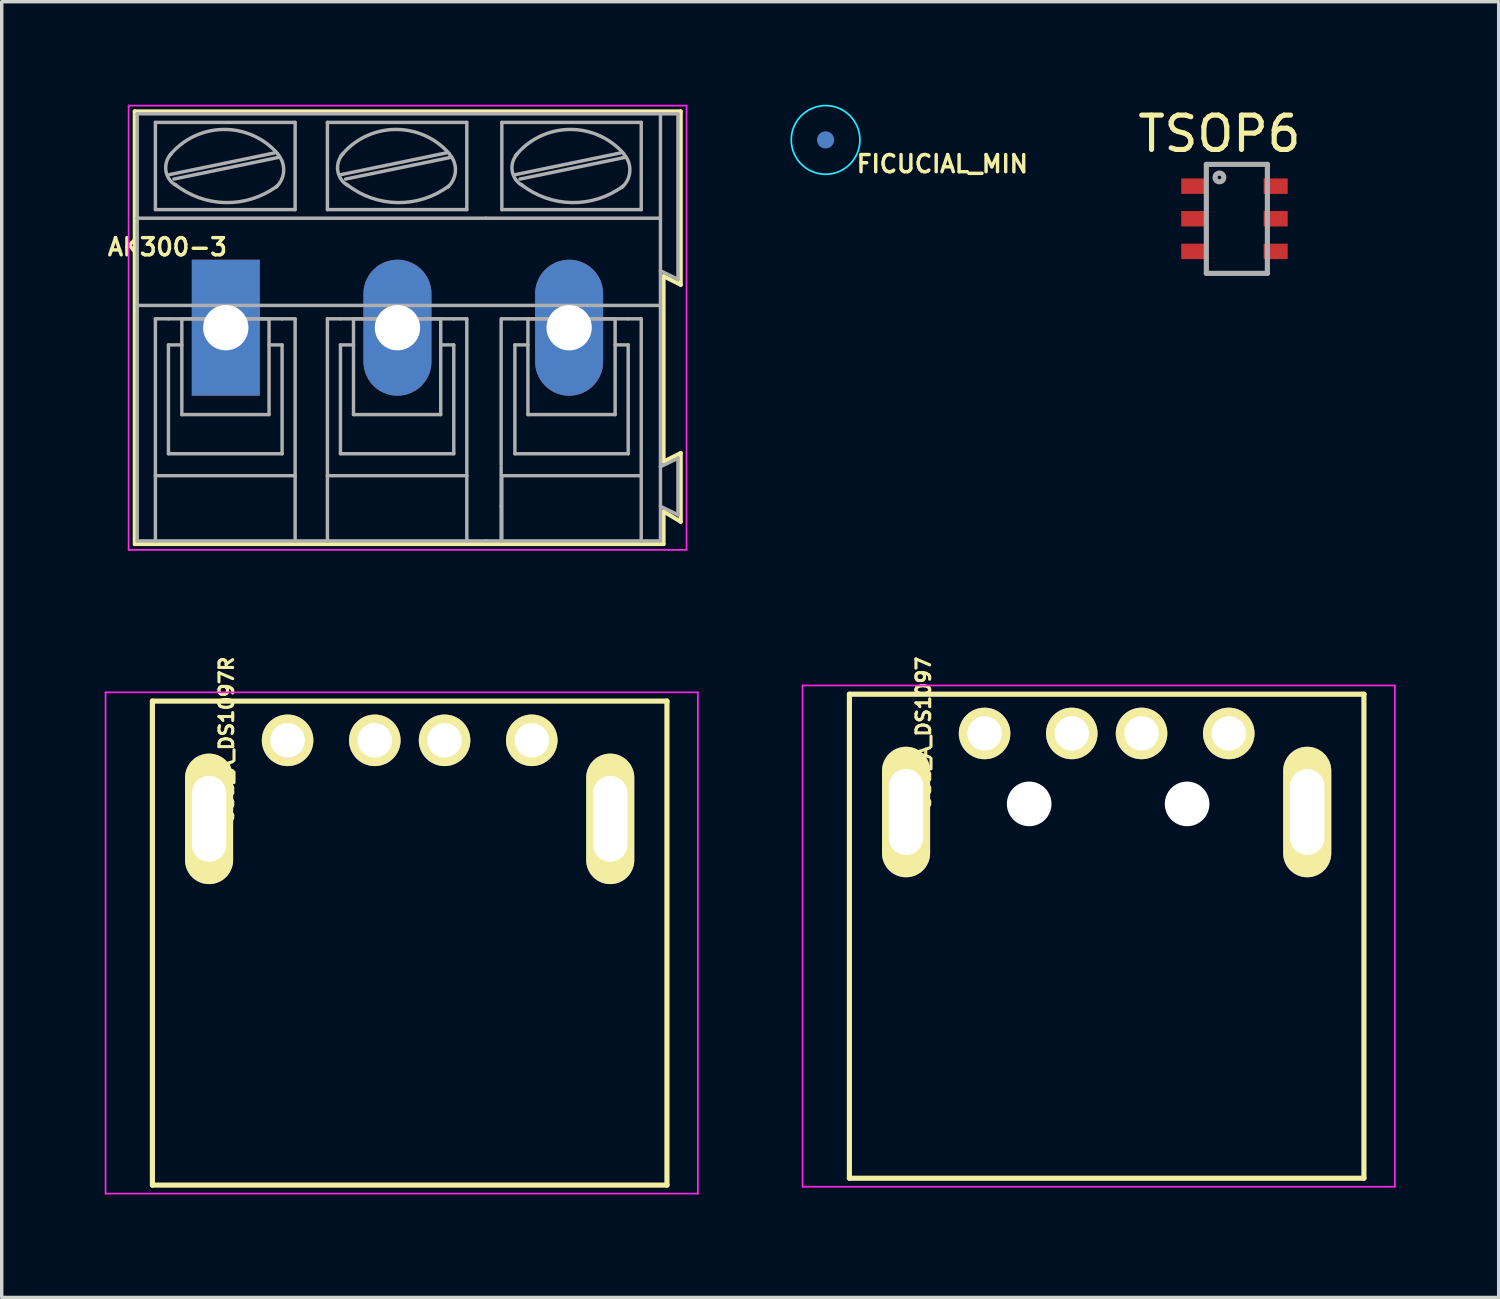
<source format=kicad_pcb>
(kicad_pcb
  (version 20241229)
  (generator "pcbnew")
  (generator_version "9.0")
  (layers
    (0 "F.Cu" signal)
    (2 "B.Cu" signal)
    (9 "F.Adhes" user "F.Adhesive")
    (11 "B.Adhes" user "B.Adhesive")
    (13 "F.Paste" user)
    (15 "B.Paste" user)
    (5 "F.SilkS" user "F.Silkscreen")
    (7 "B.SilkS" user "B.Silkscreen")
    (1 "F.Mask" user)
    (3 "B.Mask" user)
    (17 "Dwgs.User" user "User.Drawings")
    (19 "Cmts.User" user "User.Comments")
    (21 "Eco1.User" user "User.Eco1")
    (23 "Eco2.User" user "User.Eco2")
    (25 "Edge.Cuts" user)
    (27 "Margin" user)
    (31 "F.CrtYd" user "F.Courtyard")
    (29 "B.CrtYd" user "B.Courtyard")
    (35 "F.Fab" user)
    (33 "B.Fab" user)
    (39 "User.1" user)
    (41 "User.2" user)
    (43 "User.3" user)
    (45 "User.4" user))
  (footprint "TSOP6"
    (layer "F.Cu")
    (at 31.704 2.372)
    (property "Reference" "TSOP6" (at 0.762 -1.524 0) (layer "F.SilkS") (effects (font (size 1 1) (thickness 0.15))))
    (attr through_hole)
    (fp_line (start 0.381 -0.635) (end 0.381 2.54) (stroke (width 0.15) (type solid)) (layer "F.Fab"))
    (fp_line (start 0.381 2.54) (end 2.159 2.54) (stroke (width 0.15) (type solid)) (layer "F.Fab"))
    (fp_line (start 2.159 -0.635) (end 0.381 -0.635) (stroke (width 0.15) (type solid)) (layer "F.Fab"))
    (fp_line (start 2.159 2.54) (end 2.159 -0.635) (stroke (width 0.15) (type solid)) (layer "F.Fab"))
    (fp_circle (center 0.762 -0.254) (end 0.889 -0.254) (stroke (width 0.15) (type solid)) (fill no) (layer "F.Fab"))
    (pad "1" smd rect (at 0 0) (size 0.7 0.45) (layers "F.Cu" "F.Mask" "F.Paste"))
    (pad "2" smd rect (at 0 0.95) (size 0.7 0.45) (layers "F.Cu" "F.Mask" "F.Paste"))
    (pad "3" smd rect (at 0 1.9) (size 0.7 0.45) (layers "F.Cu" "F.Mask" "F.Paste"))
    (pad "4" smd rect (at 2.4 1.9) (size 0.7 0.45) (layers "F.Cu" "F.Mask" "F.Paste"))
    (pad "5" smd rect (at 2.4 0.95) (size 0.7 0.45) (layers "F.Cu" "F.Mask" "F.Paste"))
    (pad "6" smd rect (at 2.4 0) (size 0.7 0.45) (layers "F.Cu" "F.Mask" "F.Paste")))
  (footprint "FICUCIAL_MIN"
    (layer "F.Cu")
    (at 20.996 1.025)
    (property "Reference" "FICUCIAL_MIN" (at 3.4 0.7 0) (layer "F.SilkS") (effects (font (size 0.5 0.5) (thickness 0.1))))
    (attr exclude_from_pos_files exclude_from_bom)
    (fp_circle (center 0 0) (end 1 0) (stroke (width 0.05) (type solid)) (fill no) (layer "B.CrtYd"))
    (pad "~" smd circle (at 0 0) (size 0.5 0.5) (layers "B.Cu" "B.Mask")))
  (footprint "AK300-3"
    (layer "F.Cu")
    (at 3.526 6.495)
    (property "Reference" "AK300-3" (at -1.7 -2.35 0) (layer "F.SilkS") (effects (font (size 0.5 0.5) (thickness 0.1))))
    (attr through_hole)
    (fp_line (start -2.65 -6.3) (end -2.65 6.3) (stroke (width 0.12) (type solid)) (layer "F.SilkS"))
    (fp_line (start -2.65 6.3) (end 12.75 6.3) (stroke (width 0.12) (type solid)) (layer "F.SilkS"))
    (fp_line (start 12.75 -1.5) (end 13.25 -1.25) (stroke (width 0.12) (type solid)) (layer "F.SilkS"))
    (fp_line (start 12.75 3.9) (end 12.75 -1.5) (stroke (width 0.12) (type solid)) (layer "F.SilkS"))
    (fp_line (start 12.75 5.35) (end 13.25 5.65) (stroke (width 0.12) (type solid)) (layer "F.SilkS"))
    (fp_line (start 12.75 6.3) (end 12.75 5.35) (stroke (width 0.12) (type solid)) (layer "F.SilkS"))
    (fp_line (start 13.25 -6.3) (end -2.65 -6.3) (stroke (width 0.12) (type solid)) (layer "F.SilkS"))
    (fp_line (start 13.25 -1.25) (end 13.25 -6.3) (stroke (width 0.12) (type solid)) (layer "F.SilkS"))
    (fp_line (start 13.25 3.65) (end 12.75 3.9) (stroke (width 0.12) (type solid)) (layer "F.SilkS"))
    (fp_line (start 13.25 5.65) (end 13.25 3.65) (stroke (width 0.12) (type solid)) (layer "F.SilkS"))
    (fp_line (start -2.83 -6.47) (end -2.83 6.47) (stroke (width 0.05) (type solid)) (layer "F.CrtYd"))
    (fp_line (start -2.83 6.47) (end 13.42 6.47) (stroke (width 0.05) (type solid)) (layer "F.CrtYd"))
    (fp_line (start 13.42 -6.47) (end -2.83 -6.47) (stroke (width 0.05) (type solid)) (layer "F.CrtYd"))
    (fp_line (start 13.42 6.47) (end 13.42 -6.47) (stroke (width 0.05) (type solid)) (layer "F.CrtYd"))
    (fp_line (start -2.58 -6.23) (end 12.66 -6.23) (stroke (width 0.1) (type solid)) (layer "F.Fab"))
    (fp_line (start -2.58 -3.19) (end -2.58 -6.23) (stroke (width 0.1) (type solid)) (layer "F.Fab"))
    (fp_line (start -2.58 -3.19) (end 7.58 -3.19) (stroke (width 0.1) (type solid)) (layer "F.Fab"))
    (fp_line (start -2.58 -0.65) (end -2.58 -3.19) (stroke (width 0.1) (type solid)) (layer "F.Fab"))
    (fp_line (start -2.58 6.21) (end -2.58 -0.65) (stroke (width 0.1) (type solid)) (layer "F.Fab"))
    (fp_line (start -2.58 6.21) (end -2.05 6.21) (stroke (width 0.1) (type solid)) (layer "F.Fab"))
    (fp_line (start -2.05 -3.44) (end -2.05 -5.98) (stroke (width 0.1) (type solid)) (layer "F.Fab"))
    (fp_line (start -2.05 -0.26) (end -2.05 4.31) (stroke (width 0.1) (type solid)) (layer "F.Fab"))
    (fp_line (start -2.05 -0.26) (end -1.67 -0.26) (stroke (width 0.1) (type solid)) (layer "F.Fab"))
    (fp_line (start -2.05 4.31) (end -2.05 6.21) (stroke (width 0.1) (type solid)) (layer "F.Fab"))
    (fp_line (start -2.05 6.21) (end 2.02 6.21) (stroke (width 0.1) (type solid)) (layer "F.Fab"))
    (fp_line (start -1.67 0.5) (end -1.28 0.5) (stroke (width 0.1) (type solid)) (layer "F.Fab"))
    (fp_line (start -1.67 3.67) (end -1.67 0.5) (stroke (width 0.1) (type solid)) (layer "F.Fab"))
    (fp_line (start -1.64 -4.46) (end 1.41 -5.09) (stroke (width 0.1) (type solid)) (layer "F.Fab"))
    (fp_line (start -1.51 -4.33) (end 1.53 -4.96) (stroke (width 0.1) (type solid)) (layer "F.Fab"))
    (fp_line (start -1.28 -0.26) (end 1.26 -0.26) (stroke (width 0.1) (type solid)) (layer "F.Fab"))
    (fp_line (start -1.28 2.53) (end -1.28 -0.26) (stroke (width 0.1) (type solid)) (layer "F.Fab"))
    (fp_line (start -1.28 2.53) (end 1.26 2.53) (stroke (width 0.1) (type solid)) (layer "F.Fab"))
    (fp_line (start 1.26 2.53) (end 1.26 -0.26) (stroke (width 0.1) (type solid)) (layer "F.Fab"))
    (fp_line (start 1.64 -0.26) (end -1.67 -0.26) (stroke (width 0.1) (type solid)) (layer "F.Fab"))
    (fp_line (start 1.64 0.5) (end 1.26 0.5) (stroke (width 0.1) (type solid)) (layer "F.Fab"))
    (fp_line (start 1.64 3.67) (end -1.67 3.67) (stroke (width 0.1) (type solid)) (layer "F.Fab"))
    (fp_line (start 1.64 3.67) (end 1.64 0.5) (stroke (width 0.1) (type solid)) (layer "F.Fab"))
    (fp_line (start 2.02 -5.98) (end -2.05 -5.98) (stroke (width 0.1) (type solid)) (layer "F.Fab"))
    (fp_line (start 2.02 -3.44) (end -2.05 -3.44) (stroke (width 0.1) (type solid)) (layer "F.Fab"))
    (fp_line (start 2.02 -3.44) (end 2.02 -5.98) (stroke (width 0.1) (type solid)) (layer "F.Fab"))
    (fp_line (start 2.02 -0.26) (end 1.64 -0.26) (stroke (width 0.1) (type solid)) (layer "F.Fab"))
    (fp_line (start 2.02 4.31) (end -2.05 4.31) (stroke (width 0.1) (type solid)) (layer "F.Fab"))
    (fp_line (start 2.02 4.31) (end 2.02 -0.26) (stroke (width 0.1) (type solid)) (layer "F.Fab"))
    (fp_line (start 2.02 6.21) (end 2.02 4.31) (stroke (width 0.1) (type solid)) (layer "F.Fab"))
    (fp_line (start 2.02 6.21) (end 2.96 6.21) (stroke (width 0.1) (type solid)) (layer "F.Fab"))
    (fp_line (start 2.96 -5.98) (end 7.02 -5.98) (stroke (width 0.1) (type solid)) (layer "F.Fab"))
    (fp_line (start 2.96 -3.44) (end 2.96 -5.98) (stroke (width 0.1) (type solid)) (layer "F.Fab"))
    (fp_line (start 2.96 -0.26) (end 3.34 -0.26) (stroke (width 0.1) (type solid)) (layer "F.Fab"))
    (fp_line (start 2.96 4.31) (end 2.96 -0.26) (stroke (width 0.1) (type solid)) (layer "F.Fab"))
    (fp_line (start 2.96 4.31) (end 7.02 4.31) (stroke (width 0.1) (type solid)) (layer "F.Fab"))
    (fp_line (start 2.96 6.21) (end 2.96 4.31) (stroke (width 0.1) (type solid)) (layer "F.Fab"))
    (fp_line (start 2.96 6.21) (end 7.02 6.21) (stroke (width 0.1) (type solid)) (layer "F.Fab"))
    (fp_line (start 3.34 -0.26) (end 6.64 -0.26) (stroke (width 0.1) (type solid)) (layer "F.Fab"))
    (fp_line (start 3.34 0.5) (end 3.72 0.5) (stroke (width 0.1) (type solid)) (layer "F.Fab"))
    (fp_line (start 3.34 3.67) (end 3.34 0.5) (stroke (width 0.1) (type solid)) (layer "F.Fab"))
    (fp_line (start 3.36 -4.46) (end 6.41 -5.09) (stroke (width 0.1) (type solid)) (layer "F.Fab"))
    (fp_line (start 3.49 -4.33) (end 6.54 -4.96) (stroke (width 0.1) (type solid)) (layer "F.Fab"))
    (fp_line (start 3.72 -0.26) (end 6.26 -0.26) (stroke (width 0.1) (type solid)) (layer "F.Fab"))
    (fp_line (start 3.72 2.53) (end 3.72 -0.26) (stroke (width 0.1) (type solid)) (layer "F.Fab"))
    (fp_line (start 3.72 2.53) (end 6.26 2.53) (stroke (width 0.1) (type solid)) (layer "F.Fab"))
    (fp_line (start 6.26 2.53) (end 6.26 -0.26) (stroke (width 0.1) (type solid)) (layer "F.Fab"))
    (fp_line (start 6.64 0.5) (end 6.26 0.5) (stroke (width 0.1) (type solid)) (layer "F.Fab"))
    (fp_line (start 6.64 3.67) (end 3.34 3.67) (stroke (width 0.1) (type solid)) (layer "F.Fab"))
    (fp_line (start 6.64 3.67) (end 6.64 0.5) (stroke (width 0.1) (type solid)) (layer "F.Fab"))
    (fp_line (start 7.02 -5.98) (end 7.02 -3.44) (stroke (width 0.1) (type solid)) (layer "F.Fab"))
    (fp_line (start 7.02 -3.44) (end 2.96 -3.44) (stroke (width 0.1) (type solid)) (layer "F.Fab"))
    (fp_line (start 7.02 -0.26) (end 6.64 -0.26) (stroke (width 0.1) (type solid)) (layer "F.Fab"))
    (fp_line (start 7.02 -0.26) (end 7.02 4.31) (stroke (width 0.1) (type solid)) (layer "F.Fab"))
    (fp_line (start 7.02 4.31) (end 7.02 6.21) (stroke (width 0.1) (type solid)) (layer "F.Fab"))
    (fp_line (start 7.02 6.21) (end 7.58 6.21) (stroke (width 0.1) (type solid)) (layer "F.Fab"))
    (fp_line (start 7.58 -3.19) (end 12.6 -3.19) (stroke (width 0.1) (type solid)) (layer "F.Fab"))
    (fp_line (start 8.02 3.99) (end 8.02 -0.26) (stroke (width 0.1) (type solid)) (layer "F.Fab"))
    (fp_line (start 8.02 4.05) (end 8.02 5.2) (stroke (width 0.1) (type solid)) (layer "F.Fab"))
    (fp_line (start 8.02 5.2) (end 8.02 6.21) (stroke (width 0.1) (type solid)) (layer "F.Fab"))
    (fp_line (start 8.04 -5.98) (end 12.1 -5.98) (stroke (width 0.1) (type solid)) (layer "F.Fab"))
    (fp_line (start 8.04 -3.44) (end 8.04 -5.98) (stroke (width 0.1) (type solid)) (layer "F.Fab"))
    (fp_line (start 8.04 -0.26) (end 8.42 -0.26) (stroke (width 0.1) (type solid)) (layer "F.Fab"))
    (fp_line (start 8.04 4.31) (end 12.1 4.31) (stroke (width 0.1) (type solid)) (layer "F.Fab"))
    (fp_line (start 8.04 6.21) (end 8.04 4.31) (stroke (width 0.1) (type solid)) (layer "F.Fab"))
    (fp_line (start 8.42 -0.26) (end 11.72 -0.26) (stroke (width 0.1) (type solid)) (layer "F.Fab"))
    (fp_line (start 8.42 0.5) (end 8.8 0.5) (stroke (width 0.1) (type solid)) (layer "F.Fab"))
    (fp_line (start 8.42 3.67) (end 8.42 0.5) (stroke (width 0.1) (type solid)) (layer "F.Fab"))
    (fp_line (start 8.44 -4.46) (end 11.49 -5.09) (stroke (width 0.1) (type solid)) (layer "F.Fab"))
    (fp_line (start 8.57 -4.33) (end 11.62 -4.96) (stroke (width 0.1) (type solid)) (layer "F.Fab"))
    (fp_line (start 8.8 -0.26) (end 11.34 -0.26) (stroke (width 0.1) (type solid)) (layer "F.Fab"))
    (fp_line (start 8.8 2.53) (end 8.8 -0.26) (stroke (width 0.1) (type solid)) (layer "F.Fab"))
    (fp_line (start 8.8 2.53) (end 11.34 2.53) (stroke (width 0.1) (type solid)) (layer "F.Fab"))
    (fp_line (start 11.34 2.53) (end 11.34 -0.26) (stroke (width 0.1) (type solid)) (layer "F.Fab"))
    (fp_line (start 11.72 0.5) (end 11.34 0.5) (stroke (width 0.1) (type solid)) (layer "F.Fab"))
    (fp_line (start 11.72 3.67) (end 8.42 3.67) (stroke (width 0.1) (type solid)) (layer "F.Fab"))
    (fp_line (start 11.72 3.67) (end 11.72 0.5) (stroke (width 0.1) (type solid)) (layer "F.Fab"))
    (fp_line (start 12.09 6.21) (end 7.58 6.21) (stroke (width 0.1) (type solid)) (layer "F.Fab"))
    (fp_line (start 12.1 -5.98) (end 12.1 -3.44) (stroke (width 0.1) (type solid)) (layer "F.Fab"))
    (fp_line (start 12.1 -3.44) (end 8.04 -3.44) (stroke (width 0.1) (type solid)) (layer "F.Fab"))
    (fp_line (start 12.1 -0.26) (end 11.72 -0.26) (stroke (width 0.1) (type solid)) (layer "F.Fab"))
    (fp_line (start 12.1 -0.26) (end 12.1 4.31) (stroke (width 0.1) (type solid)) (layer "F.Fab"))
    (fp_line (start 12.1 4.31) (end 12.1 6.21) (stroke (width 0.1) (type solid)) (layer "F.Fab"))
    (fp_line (start 12.1 6.21) (end 12.66 6.21) (stroke (width 0.1) (type solid)) (layer "F.Fab"))
    (fp_line (start 12.66 -6.23) (end 12.66 -3.19) (stroke (width 0.1) (type solid)) (layer "F.Fab"))
    (fp_line (start 12.66 -6.23) (end 13.17 -6.23) (stroke (width 0.1) (type solid)) (layer "F.Fab"))
    (fp_line (start 12.66 -3.19) (end 12.66 -1.66) (stroke (width 0.1) (type solid)) (layer "F.Fab"))
    (fp_line (start 12.66 -1.66) (end 12.66 -0.65) (stroke (width 0.1) (type solid)) (layer "F.Fab"))
    (fp_line (start 12.66 -0.65) (end -2.52 -0.65) (stroke (width 0.1) (type solid)) (layer "F.Fab"))
    (fp_line (start 12.66 -0.65) (end 12.66 4.05) (stroke (width 0.1) (type solid)) (layer "F.Fab"))
    (fp_line (start 12.66 4.05) (end 12.66 5.2) (stroke (width 0.1) (type solid)) (layer "F.Fab"))
    (fp_line (start 12.66 5.2) (end 12.66 6.21) (stroke (width 0.1) (type solid)) (layer "F.Fab"))
    (fp_line (start 13.17 -6.23) (end 13.17 -1.41) (stroke (width 0.1) (type solid)) (layer "F.Fab"))
    (fp_line (start 13.17 -1.41) (end 12.66 -1.66) (stroke (width 0.1) (type solid)) (layer "F.Fab"))
    (fp_line (start 13.17 3.8) (end 12.66 4.05) (stroke (width 0.1) (type solid)) (layer "F.Fab"))
    (fp_line (start 13.17 3.8) (end 13.17 5.45) (stroke (width 0.1) (type solid)) (layer "F.Fab"))
    (fp_line (start 13.17 5.45) (end 12.66 5.2) (stroke (width 0.1) (type solid)) (layer "F.Fab"))
    (fp_arc (start -1.64 -5.01) (mid -0.080263 -5.774867) (end 1.508239 -5.071686) (stroke (width 0.1) (type solid)) (layer "F.Fab"))
    (fp_arc (start -1.44 -4.14) (mid -1.742324 -4.561515) (end -1.595426 -5.059005) (stroke (width 0.1) (type solid)) (layer "F.Fab"))
    (fp_arc (start 1.5 -4.13) (mid 0.000583 -3.644318) (end -1.482333 -4.178263) (stroke (width 0.1) (type solid)) (layer "F.Fab"))
    (fp_arc (start 1.51 -5.06) (mid 1.685733 -4.561652) (end 1.455532 -4.086005) (stroke (width 0.1) (type solid)) (layer "F.Fab"))
    (fp_arc (start 3.36 -5.01) (mid 4.919737 -5.774867) (end 6.508239 -5.071686) (stroke (width 0.1) (type solid)) (layer "F.Fab"))
    (fp_arc (start 3.56 -4.14) (mid 3.261534 -4.569406) (end 3.417028 -5.068699) (stroke (width 0.1) (type solid)) (layer "F.Fab"))
    (fp_arc (start 6.5 -4.13) (mid 5.000583 -3.644318) (end 3.517667 -4.178263) (stroke (width 0.1) (type solid)) (layer "F.Fab"))
    (fp_arc (start 6.51 -5.06) (mid 6.688693 -4.568754) (end 6.465619 -4.096005) (stroke (width 0.1) (type solid)) (layer "F.Fab"))
    (fp_arc (start 8.44 -5.01) (mid 9.999737 -5.774867) (end 11.588239 -5.071686) (stroke (width 0.1) (type solid)) (layer "F.Fab"))
    (fp_arc (start 8.64 -4.14) (mid 8.341534 -4.569406) (end 8.497028 -5.068699) (stroke (width 0.1) (type solid)) (layer "F.Fab"))
    (fp_arc (start 11.58 -4.13) (mid 10.080583 -3.644318) (end 8.597667 -4.178263) (stroke (width 0.1) (type solid)) (layer "F.Fab"))
    (fp_arc (start 11.59 -5.06) (mid 11.768693 -4.568754) (end 11.545619 -4.096005) (stroke (width 0.1) (type solid)) (layer "F.Fab"))
    (pad "1" thru_hole rect (at 0 0) (size 1.98 3.96) (drill 1.32) (layers "*.Cu" "*.Paste" "*.Mask"))
    (pad "2" thru_hole oval (at 5 0) (size 1.98 3.96) (drill 1.32) (layers "*.Cu" "*.Paste" "*.Mask"))
    (pad "3" thru_hole oval (at 10 0) (size 1.98 3.96) (drill 1.32) (layers "*.Cu" "*.Paste" "*.Mask")))
  (footprint "USB_A_DS1097"
    (layer "F.Cu")
    (at 25.625 18.314)
    (property "Reference" "USB_A_DS1097" (at -1.778 0 90) (layer "F.SilkS") (effects (font (size 0.4 0.4) (thickness 0.09))))
    (attr through_hole)
    (fp_line (start -3.936 12.952) (end -3.936 -1.145) (stroke (width 0.15) (type solid)) (layer "F.SilkS"))
    (fp_line (start 11.05 -1.145) (end -3.936 -1.145) (stroke (width 0.15) (type solid)) (layer "F.SilkS"))
    (fp_line (start 11.05 -1.145) (end 11.05 12.952) (stroke (width 0.15) (type solid)) (layer "F.SilkS"))
    (fp_line (start 11.05 12.952) (end -3.936 12.952) (stroke (width 0.15) (type solid)) (layer "F.SilkS"))
    (fp_line (start -5.3 -1.4) (end 11.95 -1.4) (stroke (width 0.05) (type solid)) (layer "F.CrtYd"))
    (fp_line (start -5.3 13.2) (end -5.3 -1.4) (stroke (width 0.05) (type solid)) (layer "F.CrtYd"))
    (fp_line (start -5.3 13.2) (end 11.95 13.2) (stroke (width 0.05) (type solid)) (layer "F.CrtYd"))
    (fp_line (start 11.95 -1.4) (end 11.95 13.2) (stroke (width 0.05) (type solid)) (layer "F.CrtYd"))
    (pad "" np_thru_hole circle (at 1.3 2.05) (size 1.3 1.3) (drill 1.3) (layers "*.Cu" "*.Mask"))
    (pad "" np_thru_hole circle (at 5.9 2.05) (size 1.3 1.3) (drill 1.3) (layers "*.Cu" "*.Mask"))
    (pad "1" thru_hole circle (at 0.001 -0.002 270) (size 1.501 1.501) (drill 1.001) (layers "*.Cu" "*.Mask" "F.SilkS"))
    (pad "2" thru_hole circle (at 2.541 -0.002 270) (size 1.501 1.501) (drill 1.001) (layers "*.Cu" "*.Mask" "F.SilkS"))
    (pad "3" thru_hole circle (at 4.573 -0.002 270) (size 1.501 1.501) (drill 1.001) (layers "*.Cu" "*.Mask" "F.SilkS"))
    (pad "4" thru_hole circle (at 7.113 -0.002 270) (size 1.501 1.501) (drill 1.001) (layers "*.Cu" "*.Mask" "F.SilkS"))
    (pad "5" thru_hole oval (at -2.286 2.286 270) (size 3.8 1.4) (drill oval 2.5 1) (layers "*.Cu" "*.Mask" "F.SilkS"))
    (pad "5" thru_hole oval (at 9.398 2.286 270) (size 3.8 1.4) (drill oval 2.5 1) (layers "*.Cu" "*.Mask" "F.SilkS")))
  (footprint "USB_A_DS1097R"
    (layer "F.Cu")
    (at 5.325 18.514)
    (property "Reference" "USB_A_DS1097R" (at -1.778 0 90) (layer "F.SilkS") (effects (font (size 0.4 0.4) (thickness 0.09))))
    (attr through_hole)
    (fp_line (start -3.936 12.952) (end -3.936 -1.145) (stroke (width 0.15) (type solid)) (layer "F.SilkS"))
    (fp_line (start 11.05 -1.145) (end -3.936 -1.145) (stroke (width 0.15) (type solid)) (layer "F.SilkS"))
    (fp_line (start 11.05 -1.145) (end 11.05 12.952) (stroke (width 0.15) (type solid)) (layer "F.SilkS"))
    (fp_line (start 11.05 12.952) (end -3.936 12.952) (stroke (width 0.15) (type solid)) (layer "F.SilkS"))
    (fp_line (start -5.3 -1.4) (end 11.95 -1.4) (stroke (width 0.05) (type solid)) (layer "F.CrtYd"))
    (fp_line (start -5.3 13.2) (end -5.3 -1.4) (stroke (width 0.05) (type solid)) (layer "F.CrtYd"))
    (fp_line (start -5.3 13.2) (end 11.95 13.2) (stroke (width 0.05) (type solid)) (layer "F.CrtYd"))
    (fp_line (start 11.95 -1.4) (end 11.95 13.2) (stroke (width 0.05) (type solid)) (layer "F.CrtYd"))
    (pad "1" thru_hole circle (at 7.113 -0.002 270) (size 1.501 1.501) (drill 1.001) (layers "*.Cu" "*.Mask" "F.SilkS"))
    (pad "2" thru_hole circle (at 4.573 -0.002 270) (size 1.501 1.501) (drill 1.001) (layers "*.Cu" "*.Mask" "F.SilkS"))
    (pad "3" thru_hole circle (at 2.541 -0.002 270) (size 1.501 1.501) (drill 1.001) (layers "*.Cu" "*.Mask" "F.SilkS"))
    (pad "4" thru_hole circle (at 0.001 -0.002 270) (size 1.501 1.501) (drill 1.001) (layers "*.Cu" "*.Mask" "F.SilkS"))
    (pad "5" thru_hole oval (at -2.286 2.286 270) (size 3.8 1.4) (drill oval 2.5 1) (layers "*.Cu" "*.Mask" "F.SilkS"))
    (pad "5" thru_hole oval (at 9.398 2.286 270) (size 3.8 1.4) (drill oval 2.5 1) (layers "*.Cu" "*.Mask" "F.SilkS")))
  (gr_rect
    (start -3 -3)
    (end 40.6 34.739)
    (stroke (width 0.1) (type default))
    (fill no)
    (layer "Edge.Cuts")))
</source>
